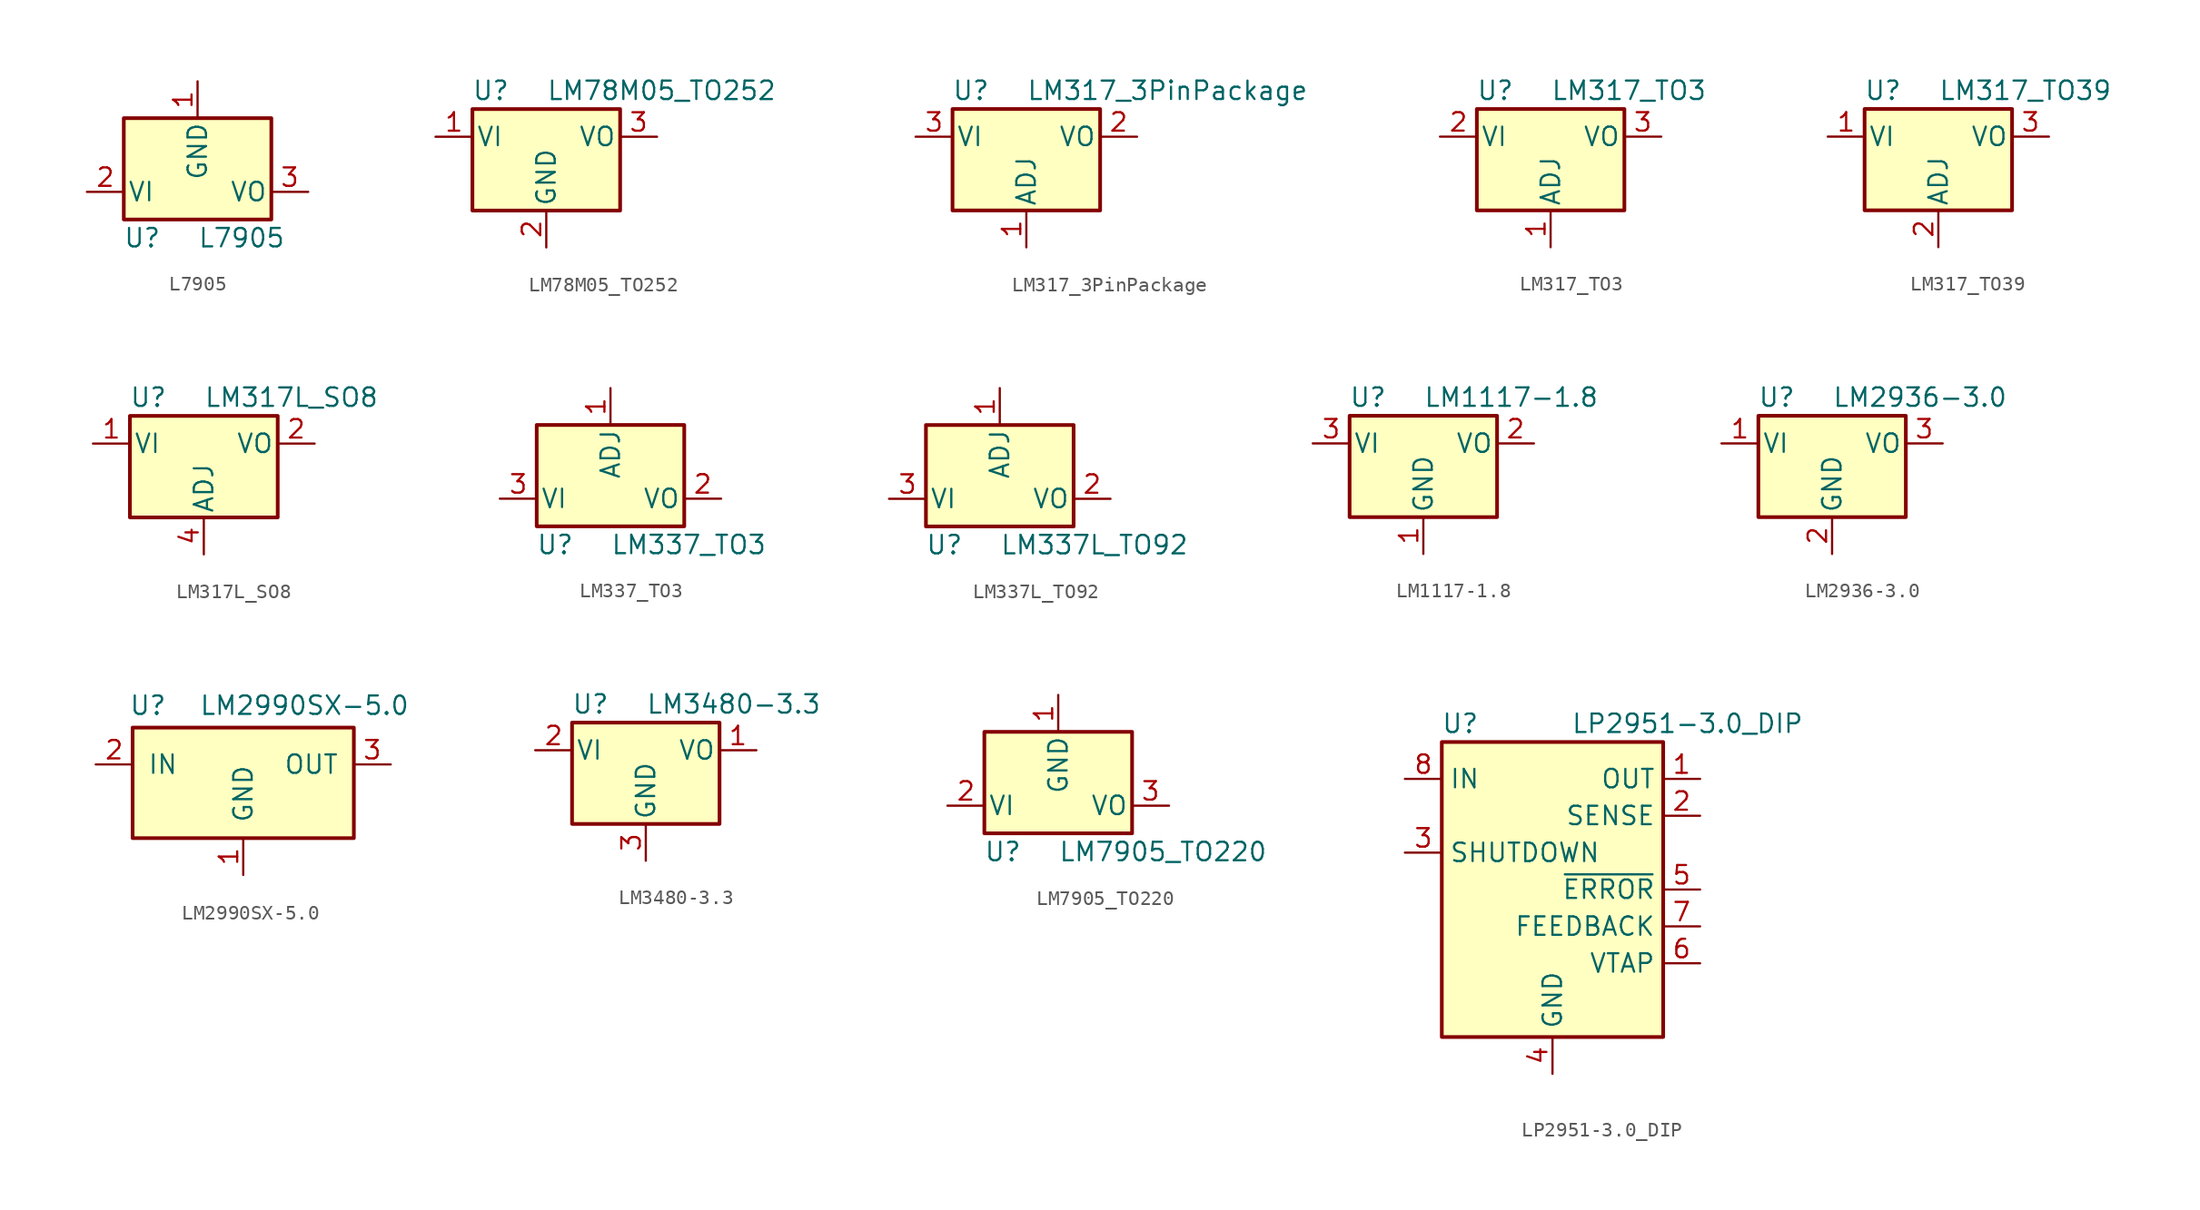
<source format=kicad_sym>
(kicad_symbol_lib
  (version 20201005)
  (generator kicad_symbol_editor)
  (symbol "L7905"
    (pin_names
      (offset 0.254))
    (property "Reference" "U"
      (at -3.81 -3.175 0)
      (effects (font (size 1.27 1.27))))
    (property "Value" "L7905"
      (at 0 -3.175 0)
      (effects (font (size 1.27 1.27)) (justify left)))
    (symbol "L7905_0_1"
      (rectangle (start -5.08 5.08) (end 5.08 -1.905) (stroke (width 0.254)) (fill (type background))))
    (symbol "L7905_1_1"
      (pin power_in line (at 0 7.62 270) (length 2.54) (name "GND" (effects (font (size 1.27 1.27)))) (number "1" (effects (font (size 1.27 1.27)))))
      (pin power_in line (at -7.62 0 0) (length 2.54) (name "VI" (effects (font (size 1.27 1.27)))) (number "2" (effects (font (size 1.27 1.27)))))
      (pin power_out line (at 7.62 0 180) (length 2.54) (name "VO" (effects (font (size 1.27 1.27)))) (number "3" (effects (font (size 1.27 1.27)))))))
  (symbol "LM78M05_TO252"
    (pin_names
      (offset 0.254))
    (property "Reference" "U"
      (at -3.81 3.175 0)
      (effects (font (size 1.27 1.27))))
    (property "Value" "LM78M05_TO252"
      (at 0 3.175 0)
      (effects (font (size 1.27 1.27)) (justify left)))
    (symbol "LM78M05_TO252_0_1"
      (rectangle (start -5.08 1.905) (end 5.08 -5.08) (stroke (width 0.254)) (fill (type background))))
    (symbol "LM78M05_TO252_1_1"
      (pin power_in line (at -7.62 0 0) (length 2.54) (name "VI" (effects (font (size 1.27 1.27)))) (number "1" (effects (font (size 1.27 1.27)))))
      (pin power_in line (at 0 -7.62 90) (length 2.54) (name "GND" (effects (font (size 1.27 1.27)))) (number "2" (effects (font (size 1.27 1.27)))))
      (pin power_out line (at 7.62 0 180) (length 2.54) (name "VO" (effects (font (size 1.27 1.27)))) (number "3" (effects (font (size 1.27 1.27)))))))
  (symbol "LM317_3PinPackage"
    (pin_names
      (offset 0.254))
    (property "Reference" "U"
      (at -3.81 3.175 0)
      (effects (font (size 1.27 1.27))))
    (property "Value" "LM317_3PinPackage"
      (at 0 3.175 0)
      (effects (font (size 1.27 1.27)) (justify left)))
    (symbol "LM317_3PinPackage_0_1"
      (rectangle (start -5.08 1.905) (end 5.08 -5.08) (stroke (width 0.254)) (fill (type background))))
    (symbol "LM317_3PinPackage_1_1"
      (pin input line (at 0 -7.62 90) (length 2.54) (name "ADJ" (effects (font (size 1.27 1.27)))) (number "1" (effects (font (size 1.27 1.27)))))
      (pin power_out line (at 7.62 0 180) (length 2.54) (name "VO" (effects (font (size 1.27 1.27)))) (number "2" (effects (font (size 1.27 1.27)))))
      (pin power_in line (at -7.62 0 0) (length 2.54) (name "VI" (effects (font (size 1.27 1.27)))) (number "3" (effects (font (size 1.27 1.27)))))))
  (symbol "LM317_TO3"
    (pin_names
      (offset 0.254))
    (property "Reference" "U"
      (at -3.81 3.175 0)
      (effects (font (size 1.27 1.27))))
    (property "Value" "LM317_TO3"
      (at 0 3.175 0)
      (effects (font (size 1.27 1.27)) (justify left)))
    (symbol "LM317_TO3_0_1"
      (rectangle (start -5.08 1.905) (end 5.08 -5.08) (stroke (width 0.254)) (fill (type background))))
    (symbol "LM317_TO3_1_1"
      (pin input line (at 0 -7.62 90) (length 2.54) (name "ADJ" (effects (font (size 1.27 1.27)))) (number "1" (effects (font (size 1.27 1.27)))))
      (pin power_in line (at -7.62 0 0) (length 2.54) (name "VI" (effects (font (size 1.27 1.27)))) (number "2" (effects (font (size 1.27 1.27)))))
      (pin power_out line (at 7.62 0 180) (length 2.54) (name "VO" (effects (font (size 1.27 1.27)))) (number "3" (effects (font (size 1.27 1.27)))))))
  (symbol "LM317_TO39"
    (pin_names
      (offset 0.254))
    (property "Reference" "U"
      (at -3.81 3.175 0)
      (effects (font (size 1.27 1.27))))
    (property "Value" "LM317_TO39"
      (at 0 3.175 0)
      (effects (font (size 1.27 1.27)) (justify left)))
    (symbol "LM317_TO39_0_1"
      (rectangle (start -5.08 1.905) (end 5.08 -5.08) (stroke (width 0.254)) (fill (type background))))
    (symbol "LM317_TO39_1_1"
      (pin power_in line (at -7.62 0 0) (length 2.54) (name "VI" (effects (font (size 1.27 1.27)))) (number "1" (effects (font (size 1.27 1.27)))))
      (pin input line (at 0 -7.62 90) (length 2.54) (name "ADJ" (effects (font (size 1.27 1.27)))) (number "2" (effects (font (size 1.27 1.27)))))
      (pin power_out line (at 7.62 0 180) (length 2.54) (name "VO" (effects (font (size 1.27 1.27)))) (number "3" (effects (font (size 1.27 1.27)))))))
  (symbol "LM317L_SO8"
    (pin_names
      (offset 0.254))
    (property "Reference" "U"
      (at -3.81 3.175 0)
      (effects (font (size 1.27 1.27))))
    (property "Value" "LM317L_SO8"
      (at 0 3.175 0)
      (effects (font (size 1.27 1.27)) (justify left)))
    (symbol "LM317L_SO8_0_1"
      (rectangle (start -5.08 1.905) (end 5.08 -5.08) (stroke (width 0.254)) (fill (type background))))
    (symbol "LM317L_SO8_1_1"
      (pin power_in line (at -7.62 0 0) (length 2.54) (name "VI" (effects (font (size 1.27 1.27)))) (number "1" (effects (font (size 1.27 1.27)))))
      (pin power_out line (at 7.62 0 180) (length 2.54) (name "VO" (effects (font (size 1.27 1.27)))) (number "2" (effects (font (size 1.27 1.27)))))
      (pin passive line (at 7.62 0 180) (length 2.54) hide (name "VO" (effects (font (size 1.27 1.27)))) (number "3" (effects (font (size 1.27 1.27)))))
      (pin input line (at 0 -7.62 90) (length 2.54) (name "ADJ" (effects (font (size 1.27 1.27)))) (number "4" (effects (font (size 1.27 1.27)))))
      (pin no_connect line (at -7.62 -2.54 0) (length 2.54) hide (name "NC" (effects (font (size 1.27 1.27)))) (number "5" (effects (font (size 1.27 1.27)))))
      (pin passive line (at 7.62 0 180) (length 2.54) hide (name "VO" (effects (font (size 1.27 1.27)))) (number "6" (effects (font (size 1.27 1.27)))))
      (pin passive line (at 7.62 0 180) (length 2.54) hide (name "VO" (effects (font (size 1.27 1.27)))) (number "7" (effects (font (size 1.27 1.27)))))
      (pin no_connect line (at 7.62 -2.54 180) (length 2.54) hide (name "NC" (effects (font (size 1.27 1.27)))) (number "8" (effects (font (size 1.27 1.27)))))))
  (symbol "LM337_TO3"
    (pin_names
      (offset 0.254))
    (property "Reference" "U"
      (at -3.81 -3.175 0)
      (effects (font (size 1.27 1.27))))
    (property "Value" "LM337_TO3"
      (at 0 -3.175 0)
      (effects (font (size 1.27 1.27)) (justify left)))
    (symbol "LM337_TO3_0_1"
      (rectangle (start -5.08 5.08) (end 5.08 -1.905) (stroke (width 0.254)) (fill (type background))))
    (symbol "LM337_TO3_1_1"
      (pin input line (at 0 7.62 270) (length 2.54) (name "ADJ" (effects (font (size 1.27 1.27)))) (number "1" (effects (font (size 1.27 1.27)))))
      (pin power_out line (at 7.62 0 180) (length 2.54) (name "VO" (effects (font (size 1.27 1.27)))) (number "2" (effects (font (size 1.27 1.27)))))
      (pin power_in line (at -7.62 0 0) (length 2.54) (name "VI" (effects (font (size 1.27 1.27)))) (number "3" (effects (font (size 1.27 1.27)))))))
  (symbol "LM337L_TO92"
    (pin_names
      (offset 0.254))
    (property "Reference" "U"
      (at -3.81 -3.175 0)
      (effects (font (size 1.27 1.27))))
    (property "Value" "LM337L_TO92"
      (at 0 -3.175 0)
      (effects (font (size 1.27 1.27)) (justify left)))
    (symbol "LM337L_TO92_0_1"
      (rectangle (start -5.08 5.08) (end 5.08 -1.905) (stroke (width 0.254)) (fill (type background))))
    (symbol "LM337L_TO92_1_1"
      (pin input line (at 0 7.62 270) (length 2.54) (name "ADJ" (effects (font (size 1.27 1.27)))) (number "1" (effects (font (size 1.27 1.27)))))
      (pin power_out line (at 7.62 0 180) (length 2.54) (name "VO" (effects (font (size 1.27 1.27)))) (number "2" (effects (font (size 1.27 1.27)))))
      (pin power_in line (at -7.62 0 0) (length 2.54) (name "VI" (effects (font (size 1.27 1.27)))) (number "3" (effects (font (size 1.27 1.27)))))))
  (symbol "LM1117-1.8"
    (pin_names
      (offset 0.254))
    (property "Reference" "U"
      (at -3.81 3.175 0)
      (effects (font (size 1.27 1.27))))
    (property "Value" "LM1117-1.8"
      (at 0 3.175 0)
      (effects (font (size 1.27 1.27)) (justify left)))
    (symbol "LM1117-1.8_0_1"
      (rectangle (start -5.08 -5.08) (end 5.08 1.905) (stroke (width 0.254)) (fill (type background))))
    (symbol "LM1117-1.8_1_1"
      (pin power_in line (at 0 -7.62 90) (length 2.54) (name "GND" (effects (font (size 1.27 1.27)))) (number "1" (effects (font (size 1.27 1.27)))))
      (pin power_out line (at 7.62 0 180) (length 2.54) (name "VO" (effects (font (size 1.27 1.27)))) (number "2" (effects (font (size 1.27 1.27)))))
      (pin power_in line (at -7.62 0 0) (length 2.54) (name "VI" (effects (font (size 1.27 1.27)))) (number "3" (effects (font (size 1.27 1.27)))))))
  (symbol "LM2936-3.0"
    (pin_names
      (offset 0.254))
    (property "Reference" "U"
      (at -3.81 3.175 0)
      (effects (font (size 1.27 1.27))))
    (property "Value" "LM2936-3.0"
      (at 0 3.175 0)
      (effects (font (size 1.27 1.27)) (justify left)))
    (symbol "LM2936-3.0_0_1"
      (rectangle (start -5.08 1.905) (end 5.08 -5.08) (stroke (width 0.254)) (fill (type background))))
    (symbol "LM2936-3.0_1_1"
      (pin power_in line (at -7.62 0 0) (length 2.54) (name "VI" (effects (font (size 1.27 1.27)))) (number "1" (effects (font (size 1.27 1.27)))))
      (pin power_in line (at 0 -7.62 90) (length 2.54) (name "GND" (effects (font (size 1.27 1.27)))) (number "2" (effects (font (size 1.27 1.27)))))
      (pin power_out line (at 7.62 0 180) (length 2.54) (name "VO" (effects (font (size 1.27 1.27)))) (number "3" (effects (font (size 1.27 1.27)))))))
  (symbol "LM2990SX-5.0"
    (pin_names
      (offset 1.016))
    (property "Reference" "U"
      (at -7.874 4.064 0)
      (effects (font (size 1.27 1.27)) (justify left)))
    (property "Value" "LM2990SX-5.0"
      (at -3.048 4.064 0)
      (effects (font (size 1.27 1.27)) (justify left)))
    (symbol "LM2990SX-5.0_0_1"
      (rectangle (start -7.62 2.54) (end 7.62 -5.08) (stroke (width 0.254)) (fill (type background))))
    (symbol "LM2990SX-5.0_1_1"
      (pin power_in line (at 0 -7.62 90) (length 2.54) (name "GND" (effects (font (size 1.27 1.27)))) (number "1" (effects (font (size 1.27 1.27)))))
      (pin power_in line (at -10.16 0 0) (length 2.54) (name "IN" (effects (font (size 1.27 1.27)))) (number "2" (effects (font (size 1.27 1.27)))))
      (pin power_out line (at 10.16 0 180) (length 2.54) (name "OUT" (effects (font (size 1.27 1.27)))) (number "3" (effects (font (size 1.27 1.27)))))))
  (symbol "LM3480-3.3"
    (pin_names
      (offset 0.254))
    (property "Reference" "U"
      (at -3.81 3.175 0)
      (effects (font (size 1.27 1.27))))
    (property "Value" "LM3480-3.3"
      (at 0 3.175 0)
      (effects (font (size 1.27 1.27)) (justify left)))
    (symbol "LM3480-3.3_0_1"
      (rectangle (start -5.08 1.905) (end 5.08 -5.08) (stroke (width 0.254)) (fill (type background))))
    (symbol "LM3480-3.3_1_1"
      (pin power_out line (at 7.62 0 180) (length 2.54) (name "VO" (effects (font (size 1.27 1.27)))) (number "1" (effects (font (size 1.27 1.27)))))
      (pin power_in line (at -7.62 0 0) (length 2.54) (name "VI" (effects (font (size 1.27 1.27)))) (number "2" (effects (font (size 1.27 1.27)))))
      (pin power_in line (at 0 -7.62 90) (length 2.54) (name "GND" (effects (font (size 1.27 1.27)))) (number "3" (effects (font (size 1.27 1.27)))))))
  (symbol "LM7905_TO220"
    (pin_names
      (offset 0.254))
    (property "Reference" "U"
      (at -3.81 -3.175 0)
      (effects (font (size 1.27 1.27))))
    (property "Value" "LM7905_TO220"
      (at 0 -3.175 0)
      (effects (font (size 1.27 1.27)) (justify left)))
    (symbol "LM7905_TO220_0_1"
      (rectangle (start -5.08 5.08) (end 5.08 -1.905) (stroke (width 0.254)) (fill (type background))))
    (symbol "LM7905_TO220_1_1"
      (pin power_in line (at 0 7.62 270) (length 2.54) (name "GND" (effects (font (size 1.27 1.27)))) (number "1" (effects (font (size 1.27 1.27)))))
      (pin power_in line (at -7.62 0 0) (length 2.54) (name "VI" (effects (font (size 1.27 1.27)))) (number "2" (effects (font (size 1.27 1.27)))))
      (pin power_out line (at 7.62 0 180) (length 2.54) (name "VO" (effects (font (size 1.27 1.27)))) (number "3" (effects (font (size 1.27 1.27)))))))
  (symbol "LP2951-3.0_DIP"
    (property "Reference" "U"
      (at -6.35 11.43 0)
      (effects (font (size 1.27 1.27))))
    (property "Value" "LP2951-3.0_DIP"
      (at 1.27 11.43 0)
      (effects (font (size 1.27 1.27)) (justify left)))
    (symbol "LP2951-3.0_DIP_0_1"
      (rectangle (start -7.62 10.16) (end 7.62 -10.16) (stroke (width 0.254)) (fill (type background))))
    (symbol "LP2951-3.0_DIP_1_1"
      (pin power_out line (at 10.16 7.62 180) (length 2.54) (name "OUT" (effects (font (size 1.27 1.27)))) (number "1" (effects (font (size 1.27 1.27)))))
      (pin passive line (at 10.16 5.08 180) (length 2.54) (name "SENSE" (effects (font (size 1.27 1.27)))) (number "2" (effects (font (size 1.27 1.27)))))
      (pin input line (at -10.16 2.54 0) (length 2.54) (name "SHUTDOWN" (effects (font (size 1.27 1.27)))) (number "3" (effects (font (size 1.27 1.27)))))
      (pin power_in line (at 0 -12.7 90) (length 2.54) (name "GND" (effects (font (size 1.27 1.27)))) (number "4" (effects (font (size 1.27 1.27)))))
      (pin open_collector line (at 10.16 0 180) (length 2.54) (name "~ERROR" (effects (font (size 1.27 1.27)))) (number "5" (effects (font (size 1.27 1.27)))))
      (pin input line (at 10.16 -5.08 180) (length 2.54) (name "VTAP" (effects (font (size 1.27 1.27)))) (number "6" (effects (font (size 1.27 1.27)))))
      (pin input line (at 10.16 -2.54 180) (length 2.54) (name "FEEDBACK" (effects (font (size 1.27 1.27)))) (number "7" (effects (font (size 1.27 1.27)))))
      (pin power_in line (at -10.16 7.62 0) (length 2.54) (name "IN" (effects (font (size 1.27 1.27)))) (number "8" (effects (font (size 1.27 1.27))))))))
</source>
